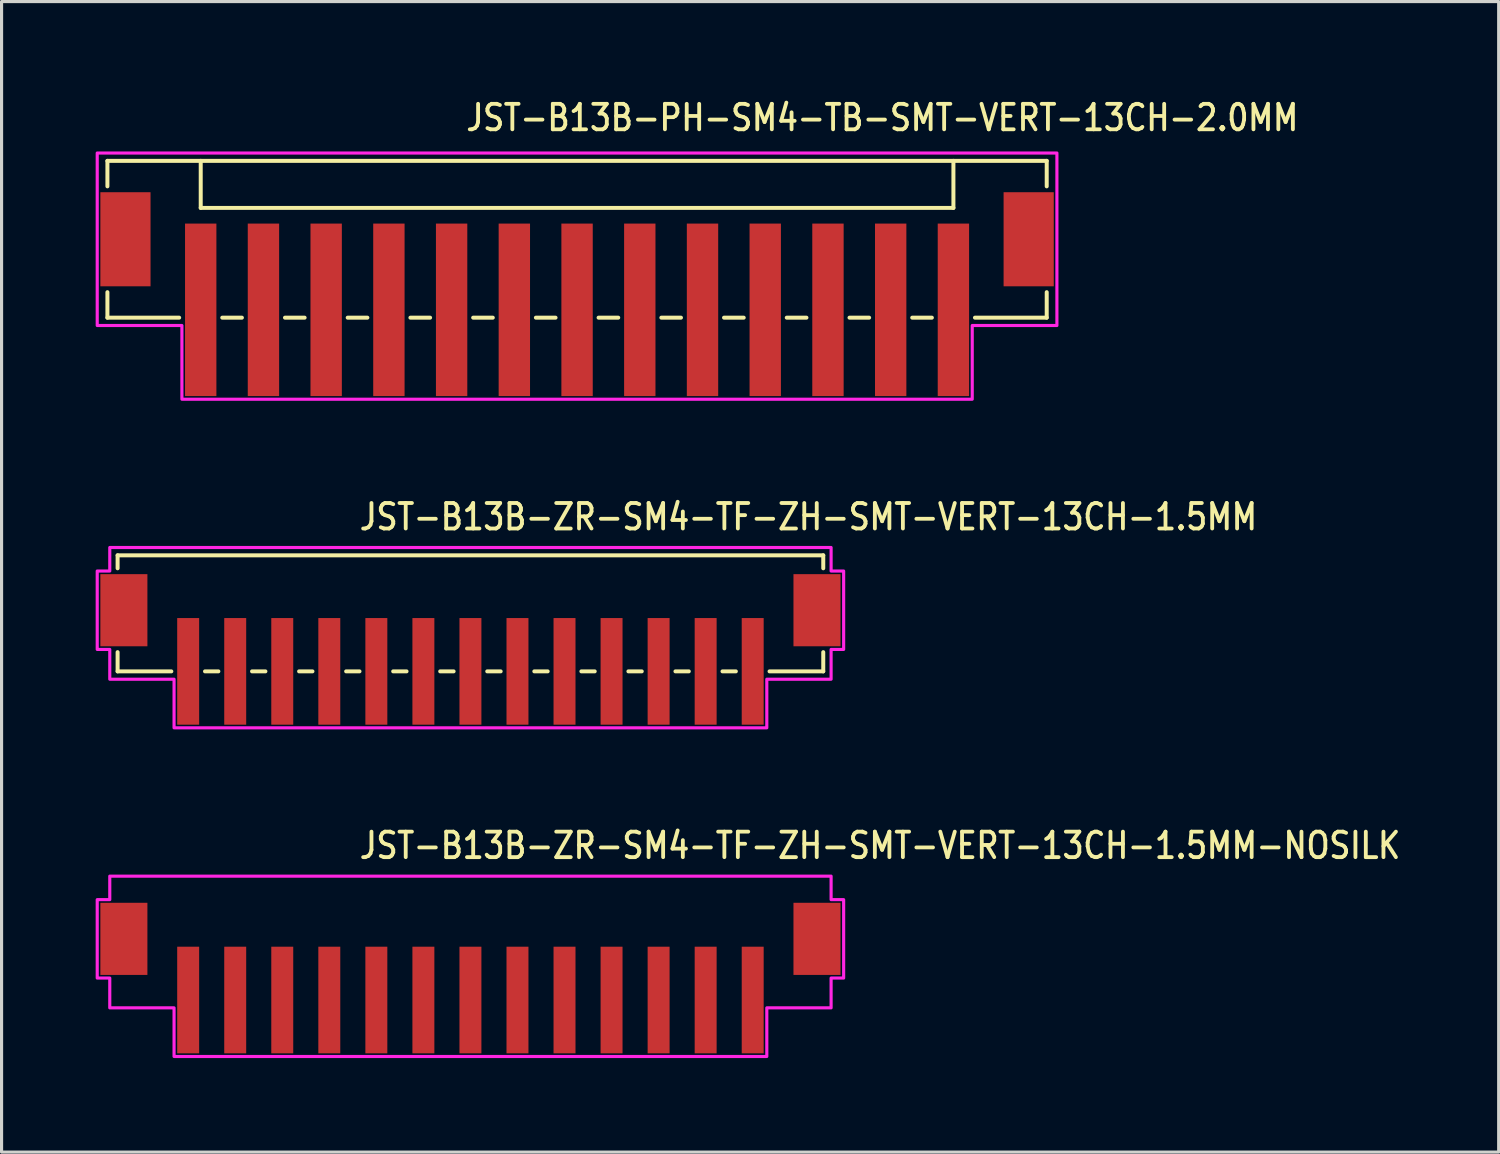
<source format=kicad_pcb>
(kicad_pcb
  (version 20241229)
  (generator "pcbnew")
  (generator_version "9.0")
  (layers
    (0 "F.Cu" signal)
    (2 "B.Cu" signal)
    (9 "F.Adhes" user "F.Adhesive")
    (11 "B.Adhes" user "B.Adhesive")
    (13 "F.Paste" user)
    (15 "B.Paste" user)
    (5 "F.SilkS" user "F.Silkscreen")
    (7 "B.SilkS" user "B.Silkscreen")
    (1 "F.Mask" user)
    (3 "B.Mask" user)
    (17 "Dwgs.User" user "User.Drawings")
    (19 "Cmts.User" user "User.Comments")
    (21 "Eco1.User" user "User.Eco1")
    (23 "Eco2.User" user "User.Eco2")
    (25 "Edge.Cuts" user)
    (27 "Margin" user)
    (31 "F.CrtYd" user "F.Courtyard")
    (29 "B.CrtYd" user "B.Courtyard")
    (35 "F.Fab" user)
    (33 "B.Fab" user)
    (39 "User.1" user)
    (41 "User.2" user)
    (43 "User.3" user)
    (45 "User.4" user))
  (footprint "JST-B13B-PH-SM4-TB-SMT-VERT-13CH-2.0MM"
    (layer "F.Cu")
    (at 15.35 4.579)
    (property "Reference" "JST-B13B-PH-SM4-TB-SMT-VERT-13CH-2.0MM" (at -3.6 -3.4 0) (unlocked yes) (layer "F.SilkS") (effects (font (size 0.813 0.695) (thickness 0.122)) (justify left bottom)))
    (fp_line (start -14.975 -2.5) (end -14.975 -1.687) (stroke (width 0.127) (type solid)) (layer "F.SilkS"))
    (fp_line (start -14.975 -2.5) (end 14.975 -2.5) (stroke (width 0.127) (type solid)) (layer "F.SilkS"))
    (fp_line (start -14.975 2.5) (end -14.975 1.687) (stroke (width 0.127) (type solid)) (layer "F.SilkS"))
    (fp_line (start -14.975 2.5) (end -12.687 2.5) (stroke (width 0.127) (type solid)) (layer "F.SilkS"))
    (fp_line (start -12 -2.5) (end -12 -1) (stroke (width 0.127) (type solid)) (layer "F.SilkS"))
    (fp_line (start -12 -1) (end 12 -1) (stroke (width 0.127) (type solid)) (layer "F.SilkS"))
    (fp_line (start -11.313 2.5) (end -10.687 2.5) (stroke (width 0.127) (type solid)) (layer "F.SilkS"))
    (fp_line (start -9.313 2.5) (end -8.687 2.5) (stroke (width 0.127) (type solid)) (layer "F.SilkS"))
    (fp_line (start -7.314 2.5) (end -6.686 2.5) (stroke (width 0.127) (type solid)) (layer "F.SilkS"))
    (fp_line (start -5.314 2.5) (end -4.686 2.5) (stroke (width 0.127) (type solid)) (layer "F.SilkS"))
    (fp_line (start -3.313 2.5) (end -2.687 2.5) (stroke (width 0.127) (type solid)) (layer "F.SilkS"))
    (fp_line (start -1.313 2.5) (end -0.686 2.5) (stroke (width 0.127) (type solid)) (layer "F.SilkS"))
    (fp_line (start 0.686 2.5) (end 1.313 2.5) (stroke (width 0.127) (type solid)) (layer "F.SilkS"))
    (fp_line (start 2.687 2.5) (end 3.313 2.5) (stroke (width 0.127) (type solid)) (layer "F.SilkS"))
    (fp_line (start 4.686 2.5) (end 5.314 2.5) (stroke (width 0.127) (type solid)) (layer "F.SilkS"))
    (fp_line (start 6.686 2.5) (end 7.314 2.5) (stroke (width 0.127) (type solid)) (layer "F.SilkS"))
    (fp_line (start 8.687 2.5) (end 9.313 2.5) (stroke (width 0.127) (type solid)) (layer "F.SilkS"))
    (fp_line (start 10.687 2.5) (end 11.313 2.5) (stroke (width 0.127) (type solid)) (layer "F.SilkS"))
    (fp_line (start 12 -1) (end 12 -2.5) (stroke (width 0.127) (type solid)) (layer "F.SilkS"))
    (fp_line (start 12.687 2.5) (end 14.975 2.5) (stroke (width 0.127) (type solid)) (layer "F.SilkS"))
    (fp_line (start 14.975 -1.687) (end 14.975 -2.5) (stroke (width 0.127) (type solid)) (layer "F.SilkS"))
    (fp_line (start 14.975 1.687) (end 14.975 2.5) (stroke (width 0.127) (type solid)) (layer "F.SilkS"))
    (fp_poly (pts (xy -15.3 -2.75) (xy -15.3 2.75) (xy -12.6 2.75) (xy -12.6 5.1) (xy 12.6 5.1) (xy 12.6 2.75) (xy 15.3 2.75) (xy 15.3 -2.75)) (stroke (width 0.1) (type solid)) (fill no) (layer "F.CrtYd"))
    (pad "1" smd rect (at -12 2.25) (size 1 5.5) (layers "F.Cu" "F.Mask" "F.Paste"))
    (pad "2" smd rect (at -10 2.25) (size 1 5.5) (layers "F.Cu" "F.Mask" "F.Paste"))
    (pad "3" smd rect (at -8 2.25) (size 1 5.5) (layers "F.Cu" "F.Mask" "F.Paste"))
    (pad "4" smd rect (at -6 2.25) (size 1 5.5) (layers "F.Cu" "F.Mask" "F.Paste"))
    (pad "5" smd rect (at -4 2.25) (size 1 5.5) (layers "F.Cu" "F.Mask" "F.Paste"))
    (pad "6" smd rect (at -2 2.25) (size 1 5.5) (layers "F.Cu" "F.Mask" "F.Paste"))
    (pad "7" smd rect (at 0 2.25) (size 1 5.5) (layers "F.Cu" "F.Mask" "F.Paste"))
    (pad "8" smd rect (at 2 2.25) (size 1 5.5) (layers "F.Cu" "F.Mask" "F.Paste"))
    (pad "9" smd rect (at 4 2.25) (size 1 5.5) (layers "F.Cu" "F.Mask" "F.Paste"))
    (pad "10" smd rect (at 6 2.25) (size 1 5.5) (layers "F.Cu" "F.Mask" "F.Paste"))
    (pad "11" smd rect (at 8 2.25) (size 1 5.5) (layers "F.Cu" "F.Mask" "F.Paste"))
    (pad "12" smd rect (at 10 2.25) (size 1 5.5) (layers "F.Cu" "F.Mask" "F.Paste"))
    (pad "13" smd rect (at 12 2.25) (size 1 5.5) (layers "F.Cu" "F.Mask" "F.Paste"))
    (pad "S_1" smd rect (at -14.4 0) (size 1.6 3) (layers "F.Cu" "F.Mask" "F.Paste"))
    (pad "S_2" smd rect (at 14.4 0) (size 1.6 3) (layers "F.Cu" "F.Mask" "F.Paste")))
  (footprint "JST-B13B-ZR-SM4-TF-ZH-SMT-VERT-13CH-1.5MM"
    (layer "F.Cu")
    (at 11.95 16.407)
    (property "Reference" "JST-B13B-ZR-SM4-TF-ZH-SMT-VERT-13CH-1.5MM" (at -3.6 -2.5 0) (unlocked yes) (layer "F.SilkS") (effects (font (size 0.813 0.695) (thickness 0.122)) (justify left bottom)))
    (fp_line (start -11.25 -1.75) (end -11.25 -1.337) (stroke (width 0.127) (type solid)) (layer "F.SilkS"))
    (fp_line (start -11.25 -1.75) (end 11.25 -1.75) (stroke (width 0.127) (type solid)) (layer "F.SilkS"))
    (fp_line (start -11.25 1.95) (end -11.25 1.337) (stroke (width 0.127) (type solid)) (layer "F.SilkS"))
    (fp_line (start -11.25 1.95) (end -9.537 1.95) (stroke (width 0.127) (type solid)) (layer "F.SilkS"))
    (fp_line (start -8.463 1.95) (end -8.037 1.95) (stroke (width 0.127) (type solid)) (layer "F.SilkS"))
    (fp_line (start -6.963 1.95) (end -6.537 1.95) (stroke (width 0.127) (type solid)) (layer "F.SilkS"))
    (fp_line (start -5.463 1.95) (end -5.037 1.95) (stroke (width 0.127) (type solid)) (layer "F.SilkS"))
    (fp_line (start -3.963 1.95) (end -3.537 1.95) (stroke (width 0.127) (type solid)) (layer "F.SilkS"))
    (fp_line (start -2.463 1.95) (end -2.037 1.95) (stroke (width 0.127) (type solid)) (layer "F.SilkS"))
    (fp_line (start -0.964 1.95) (end -0.536 1.95) (stroke (width 0.127) (type solid)) (layer "F.SilkS"))
    (fp_line (start 0.536 1.95) (end 0.964 1.95) (stroke (width 0.127) (type solid)) (layer "F.SilkS"))
    (fp_line (start 2.037 1.95) (end 2.463 1.95) (stroke (width 0.127) (type solid)) (layer "F.SilkS"))
    (fp_line (start 3.537 1.95) (end 3.963 1.95) (stroke (width 0.127) (type solid)) (layer "F.SilkS"))
    (fp_line (start 5.037 1.95) (end 5.463 1.95) (stroke (width 0.127) (type solid)) (layer "F.SilkS"))
    (fp_line (start 6.537 1.95) (end 6.963 1.95) (stroke (width 0.127) (type solid)) (layer "F.SilkS"))
    (fp_line (start 8.037 1.95) (end 8.463 1.95) (stroke (width 0.127) (type solid)) (layer "F.SilkS"))
    (fp_line (start 9.537 1.95) (end 11.25 1.95) (stroke (width 0.127) (type solid)) (layer "F.SilkS"))
    (fp_line (start 11.25 -1.337) (end 11.25 -1.75) (stroke (width 0.127) (type solid)) (layer "F.SilkS"))
    (fp_line (start 11.25 1.337) (end 11.25 1.95) (stroke (width 0.127) (type solid)) (layer "F.SilkS"))
    (fp_poly (pts (xy -11.5 -2) (xy -11.5 -1.25) (xy -11.9 -1.25) (xy -11.9 1.25) (xy -11.5 1.25) (xy -11.5 2.2) (xy -9.45 2.2) (xy -9.45 3.75) (xy 9.45 3.75) (xy 9.45 2.2) (xy 11.5 2.2) (xy 11.5 1.25) (xy 11.9 1.25) (xy 11.9 -1.25) (xy 11.5 -1.25) (xy 11.5 -2)) (stroke (width 0.1) (type solid)) (fill no) (layer "F.CrtYd"))
    (pad "1" smd rect (at -9 1.95) (size 0.7 3.4) (layers "F.Cu" "F.Mask" "F.Paste"))
    (pad "2" smd rect (at -7.5 1.95) (size 0.7 3.4) (layers "F.Cu" "F.Mask" "F.Paste"))
    (pad "3" smd rect (at -6 1.95) (size 0.7 3.4) (layers "F.Cu" "F.Mask" "F.Paste"))
    (pad "4" smd rect (at -4.5 1.95) (size 0.7 3.4) (layers "F.Cu" "F.Mask" "F.Paste"))
    (pad "5" smd rect (at -3 1.95) (size 0.7 3.4) (layers "F.Cu" "F.Mask" "F.Paste"))
    (pad "6" smd rect (at -1.5 1.95) (size 0.7 3.4) (layers "F.Cu" "F.Mask" "F.Paste"))
    (pad "7" smd rect (at 0 1.95) (size 0.7 3.4) (layers "F.Cu" "F.Mask" "F.Paste"))
    (pad "8" smd rect (at 1.5 1.95) (size 0.7 3.4) (layers "F.Cu" "F.Mask" "F.Paste"))
    (pad "9" smd rect (at 3 1.95) (size 0.7 3.4) (layers "F.Cu" "F.Mask" "F.Paste"))
    (pad "10" smd rect (at 4.5 1.95) (size 0.7 3.4) (layers "F.Cu" "F.Mask" "F.Paste"))
    (pad "11" smd rect (at 6 1.95) (size 0.7 3.4) (layers "F.Cu" "F.Mask" "F.Paste"))
    (pad "12" smd rect (at 7.5 1.95) (size 0.7 3.4) (layers "F.Cu" "F.Mask" "F.Paste"))
    (pad "13" smd rect (at 9 1.95) (size 0.7 3.4) (layers "F.Cu" "F.Mask" "F.Paste"))
    (pad "S_14" smd rect (at 11.05 0) (size 1.5 2.3) (layers "F.Cu" "F.Mask" "F.Paste"))
    (pad "S_15" smd rect (at -11.05 0) (size 1.5 2.3) (layers "F.Cu" "F.Mask" "F.Paste")))
  (footprint "JST-B13B-ZR-SM4-TF-ZH-SMT-VERT-13CH-1.5MM-NOSILK"
    (layer "F.Cu")
    (at 11.95 26.886)
    (property "Reference" "JST-B13B-ZR-SM4-TF-ZH-SMT-VERT-13CH-1.5MM-NOSILK" (at -3.6 -2.5 0) (unlocked yes) (layer "F.SilkS") (effects (font (size 0.813 0.695) (thickness 0.122)) (justify left bottom)))
    (fp_poly (pts (xy -11.5 -2) (xy -11.5 -1.25) (xy -11.9 -1.25) (xy -11.9 1.25) (xy -11.5 1.25) (xy -11.5 2.2) (xy -9.45 2.2) (xy -9.45 3.75) (xy 9.45 3.75) (xy 9.45 2.2) (xy 11.5 2.2) (xy 11.5 1.25) (xy 11.9 1.25) (xy 11.9 -1.25) (xy 11.5 -1.25) (xy 11.5 -2)) (stroke (width 0.1) (type solid)) (fill no) (layer "F.CrtYd"))
    (pad "1" smd rect (at -9 1.95) (size 0.7 3.4) (layers "F.Cu" "F.Mask" "F.Paste"))
    (pad "2" smd rect (at -7.5 1.95) (size 0.7 3.4) (layers "F.Cu" "F.Mask" "F.Paste"))
    (pad "3" smd rect (at -6 1.95) (size 0.7 3.4) (layers "F.Cu" "F.Mask" "F.Paste"))
    (pad "4" smd rect (at -4.5 1.95) (size 0.7 3.4) (layers "F.Cu" "F.Mask" "F.Paste"))
    (pad "5" smd rect (at -3 1.95) (size 0.7 3.4) (layers "F.Cu" "F.Mask" "F.Paste"))
    (pad "6" smd rect (at -1.5 1.95) (size 0.7 3.4) (layers "F.Cu" "F.Mask" "F.Paste"))
    (pad "7" smd rect (at 0 1.95) (size 0.7 3.4) (layers "F.Cu" "F.Mask" "F.Paste"))
    (pad "8" smd rect (at 1.5 1.95) (size 0.7 3.4) (layers "F.Cu" "F.Mask" "F.Paste"))
    (pad "9" smd rect (at 3 1.95) (size 0.7 3.4) (layers "F.Cu" "F.Mask" "F.Paste"))
    (pad "10" smd rect (at 4.5 1.95) (size 0.7 3.4) (layers "F.Cu" "F.Mask" "F.Paste"))
    (pad "11" smd rect (at 6 1.95) (size 0.7 3.4) (layers "F.Cu" "F.Mask" "F.Paste"))
    (pad "12" smd rect (at 7.5 1.95) (size 0.7 3.4) (layers "F.Cu" "F.Mask" "F.Paste"))
    (pad "13" smd rect (at 9 1.95) (size 0.7 3.4) (layers "F.Cu" "F.Mask" "F.Paste"))
    (pad "14" smd rect (at 11.05 0) (size 1.5 2.3) (layers "F.Cu" "F.Mask" "F.Paste"))
    (pad "15" smd rect (at -11.05 0) (size 1.5 2.3) (layers "F.Cu" "F.Mask" "F.Paste")))
  (gr_rect
    (start -3 -3)
    (end 44.736 33.686)
    (stroke (width 0.1) (type default))
    (fill no)
    (layer "Edge.Cuts")))
</source>
